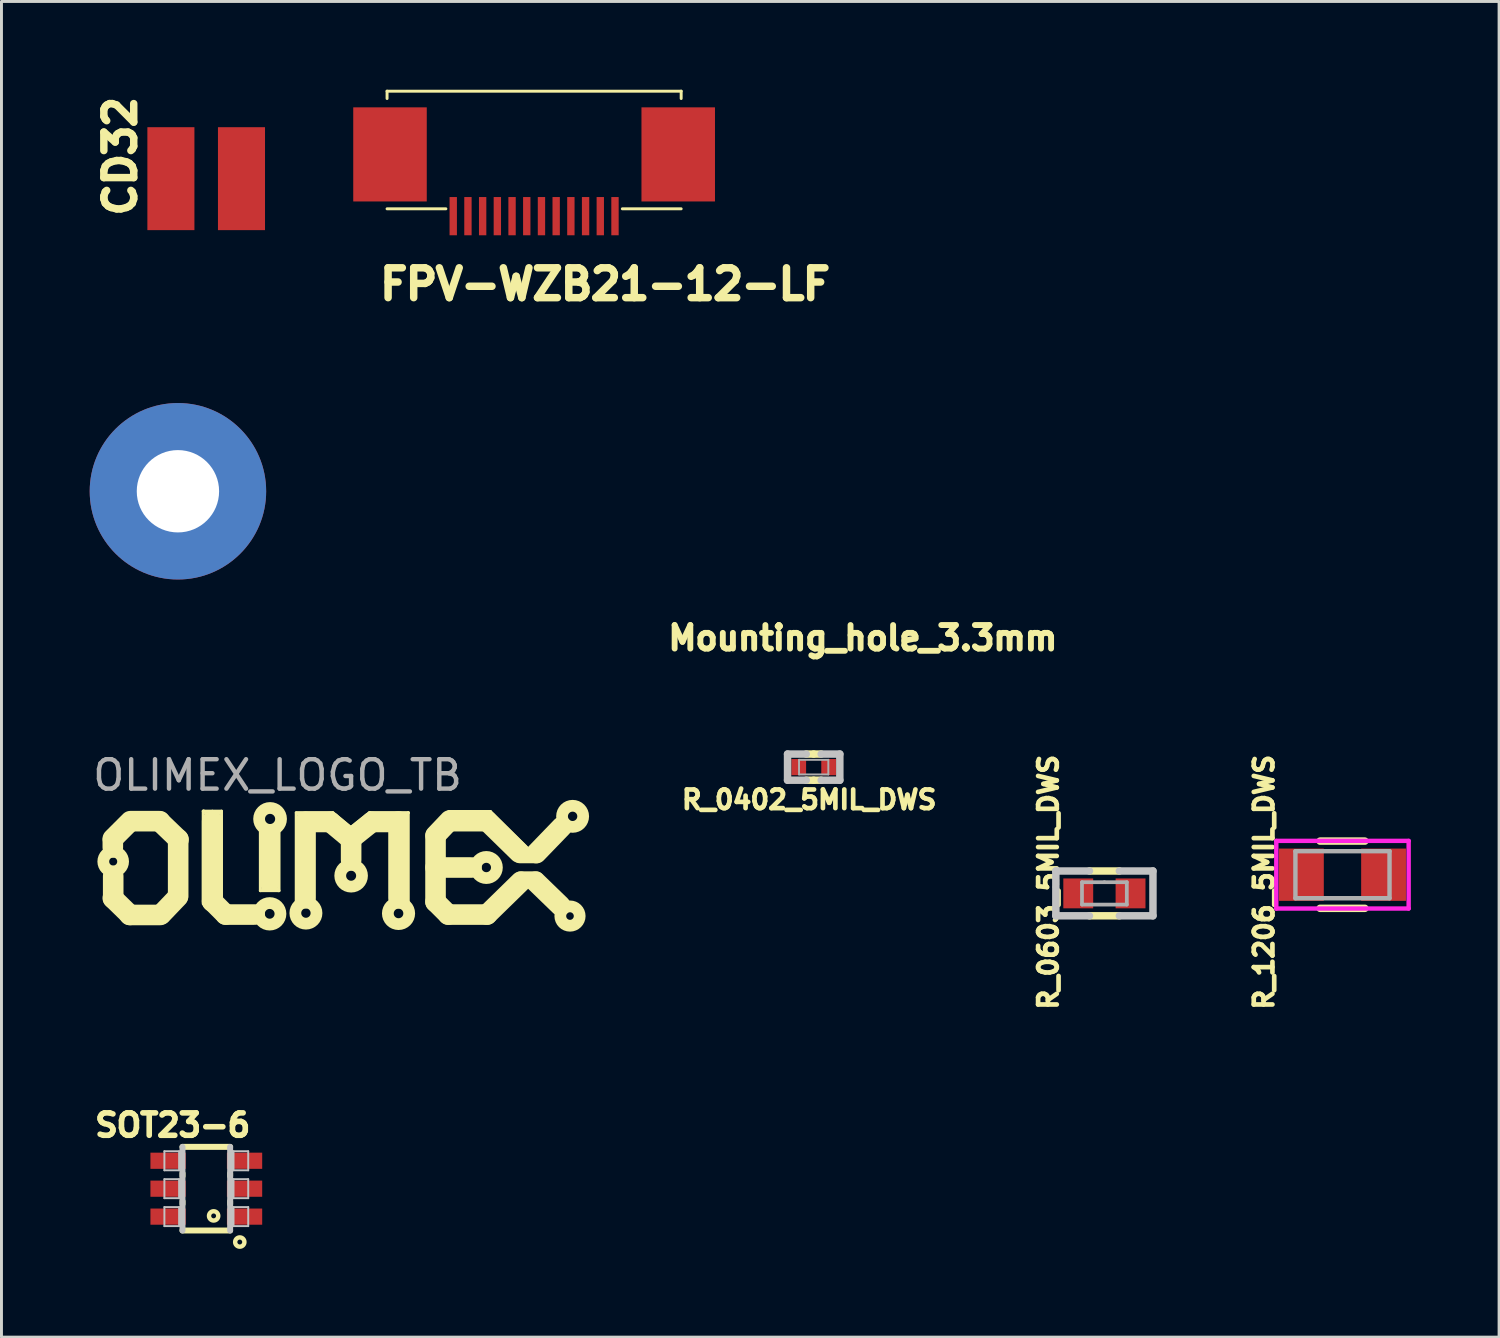
<source format=kicad_pcb>
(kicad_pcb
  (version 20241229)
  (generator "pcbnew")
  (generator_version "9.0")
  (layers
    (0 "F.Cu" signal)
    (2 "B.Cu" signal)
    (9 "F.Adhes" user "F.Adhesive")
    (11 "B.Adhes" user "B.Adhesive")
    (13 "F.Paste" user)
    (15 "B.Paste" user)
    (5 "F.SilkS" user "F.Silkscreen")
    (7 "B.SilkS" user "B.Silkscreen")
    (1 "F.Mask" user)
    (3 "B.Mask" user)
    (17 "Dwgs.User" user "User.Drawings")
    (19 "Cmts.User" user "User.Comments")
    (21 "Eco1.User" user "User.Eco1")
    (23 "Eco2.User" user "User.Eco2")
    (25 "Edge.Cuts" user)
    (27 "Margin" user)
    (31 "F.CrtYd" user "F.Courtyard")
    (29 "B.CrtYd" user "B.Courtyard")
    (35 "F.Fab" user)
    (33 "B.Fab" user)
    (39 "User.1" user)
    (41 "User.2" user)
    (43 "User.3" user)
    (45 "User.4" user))
  (footprint "FPV-WZB21-12-LF"
    (layer "F.Cu")
    (at 15.111 2.55)
    (property "Reference" "FPV-WZB21-12-LF" (at 2.413 4.064 0) (layer "F.SilkS") (effects (font (size 1.016 1.016) (thickness 0.254))))
    (attr smd)
    (fp_line (start -5 -2.5) (end -5 -2.25) (stroke (width 0.1) (type solid)) (layer "F.SilkS"))
    (fp_line (start -5 1.5) (end -3 1.5) (stroke (width 0.1) (type solid)) (layer "F.SilkS"))
    (fp_line (start 3 1.5) (end 5 1.5) (stroke (width 0.1) (type solid)) (layer "F.SilkS"))
    (fp_line (start 5 -2.5) (end -5 -2.5) (stroke (width 0.1) (type solid)) (layer "F.SilkS"))
    (fp_line (start 5 -2.25) (end 5 -2.5) (stroke (width 0.1) (type solid)) (layer "F.SilkS"))
    (pad "0" smd rect (at -4.9 -0.35 180) (size 2.5 3.2) (layers "F.Cu" "F.Mask" "F.Paste"))
    (pad "0" smd rect (at 4.9 -0.35 180) (size 2.5 3.2) (layers "F.Cu" "F.Mask" "F.Paste"))
    (pad "1" smd rect (at -2.75 1.75 180) (size 0.25 1.3) (layers "F.Cu" "F.Mask" "F.Paste"))
    (pad "2" smd rect (at -2.25 1.75 180) (size 0.25 1.3) (layers "F.Cu" "F.Mask" "F.Paste"))
    (pad "3" smd rect (at -1.75 1.75 180) (size 0.25 1.3) (layers "F.Cu" "F.Mask" "F.Paste"))
    (pad "4" smd rect (at -1.25 1.75 180) (size 0.25 1.3) (layers "F.Cu" "F.Mask" "F.Paste"))
    (pad "5" smd rect (at -0.75 1.75 180) (size 0.25 1.3) (layers "F.Cu" "F.Mask" "F.Paste"))
    (pad "6" smd rect (at -0.25 1.75 180) (size 0.25 1.3) (layers "F.Cu" "F.Mask" "F.Paste"))
    (pad "7" smd rect (at 0.25 1.75 180) (size 0.25 1.3) (layers "F.Cu" "F.Mask" "F.Paste"))
    (pad "8" smd rect (at 0.75 1.75 180) (size 0.25 1.3) (layers "F.Cu" "F.Mask" "F.Paste"))
    (pad "9" smd rect (at 1.25 1.75 180) (size 0.25 1.3) (layers "F.Cu" "F.Mask" "F.Paste"))
    (pad "10" smd rect (at 1.75 1.75 180) (size 0.25 1.3) (layers "F.Cu" "F.Mask" "F.Paste"))
    (pad "11" smd rect (at 2.25 1.75 180) (size 0.25 1.3) (layers "F.Cu" "F.Mask" "F.Paste"))
    (pad "12" smd rect (at 2.75 1.75 180) (size 0.25 1.3) (layers "F.Cu" "F.Mask" "F.Paste")))
  (footprint "Mounting_hole_3.3mm"
    (layer "F.Cu")
    (at 23.765 11.888)
    (property "Reference" "Mounting_hole_3.3mm" (at 2.524 6.755 0) (layer "F.SilkS") (effects (font (size 0.8 0.8) (thickness 0.2))))
    (attr through_hole)
    (pad "" thru_hole circle (at -20.765 1.766) (size 6 6) (drill 2.8) (layers "*.Cu" "*.Mask")))
  (footprint "R_0603_5MIL_DWS"
    (layer "F.Cu")
    (at 34.502 27.327)
    (property "Reference" "R_0603_5MIL_DWS" (at -1.905 -0.381 90) (layer "F.SilkS") (effects (font (size 0.635 0.635) (thickness 0.159))))
    (attr smd)
    (fp_line (start -0.508 -0.762) (end 0.508 -0.762) (stroke (width 0.254) (type solid)) (layer "F.SilkS"))
    (fp_line (start -0.508 0.762) (end 0.508 0.762) (stroke (width 0.254) (type solid)) (layer "F.SilkS"))
    (fp_line (start -1.651 -0.762) (end -1.651 0.762) (stroke (width 0.254) (type solid)) (layer "Dwgs.User"))
    (fp_line (start -1.651 0.762) (end -0.508 0.762) (stroke (width 0.254) (type solid)) (layer "Dwgs.User"))
    (fp_line (start -0.508 -0.762) (end -1.651 -0.762) (stroke (width 0.254) (type solid)) (layer "Dwgs.User"))
    (fp_line (start 0.508 -0.762) (end 1.651 -0.762) (stroke (width 0.254) (type solid)) (layer "Dwgs.User"))
    (fp_line (start 1.651 -0.762) (end 1.651 0.762) (stroke (width 0.254) (type solid)) (layer "Dwgs.User"))
    (fp_line (start 1.651 0.762) (end 0.508 0.762) (stroke (width 0.254) (type solid)) (layer "Dwgs.User"))
    (fp_line (start -0.762 -0.381) (end -0.762 0.381) (stroke (width 0.127) (type solid)) (layer "F.Fab"))
    (fp_line (start -0.762 0.381) (end 0.762 0.381) (stroke (width 0.127) (type solid)) (layer "F.Fab"))
    (fp_line (start 0 -0.381) (end -0.762 -0.381) (stroke (width 0.127) (type solid)) (layer "F.Fab"))
    (fp_line (start 0.762 -0.381) (end 0 -0.381) (stroke (width 0.127) (type solid)) (layer "F.Fab"))
    (fp_line (start 0.762 0.381) (end 0.762 -0.381) (stroke (width 0.127) (type solid)) (layer "F.Fab"))
    (pad "1" smd rect (at -0.889 0) (size 1.016 1.016) (layers "F.Cu" "F.Mask" "F.Paste"))
    (pad "2" smd rect (at 0.889 0) (size 1.016 1.016) (layers "F.Cu" "F.Mask" "F.Paste")))
  (footprint "SOT23-6"
    (layer "F.Cu")
    (at 3.965 37.368)
    (property "Reference" "SOT23-6" (at -1.143 -2.159 0) (layer "F.SilkS") (effects (font (size 0.762 0.762) (thickness 0.191))))
    (attr smd)
    (fp_line (start -0.81 -1.422) (end 0.81 -1.422) (stroke (width 0.203) (type solid)) (layer "F.SilkS"))
    (fp_line (start -0.808 -0.521) (end -0.808 -0.427) (stroke (width 0.203) (type solid)) (layer "F.SilkS"))
    (fp_line (start -0.808 0.427) (end -0.808 0.521) (stroke (width 0.203) (type solid)) (layer "F.SilkS"))
    (fp_line (start 0.81 -0.521) (end 0.81 -0.427) (stroke (width 0.203) (type solid)) (layer "F.SilkS"))
    (fp_line (start 0.81 0.427) (end 0.81 0.521) (stroke (width 0.203) (type solid)) (layer "F.SilkS"))
    (fp_line (start 0.81 1.422) (end -0.81 1.422) (stroke (width 0.203) (type solid)) (layer "F.SilkS"))
    (fp_circle (center 0.249 0.925) (end 0.361 1.036) (stroke (width 0.15) (type solid)) (fill no) (layer "F.SilkS"))
    (fp_circle (center 1.138 1.814) (end 1.25 1.925) (stroke (width 0.15) (type solid)) (fill no) (layer "F.SilkS"))
    (fp_line (start -1.425 -1.273) (end -0.925 -1.273) (stroke (width 0.066) (type solid)) (layer "Dwgs.User"))
    (fp_line (start -1.425 -0.625) (end -1.425 -1.273) (stroke (width 0.066) (type solid)) (layer "Dwgs.User"))
    (fp_line (start -1.425 -0.625) (end -0.925 -0.625) (stroke (width 0.066) (type solid)) (layer "Dwgs.User"))
    (fp_line (start -1.425 -0.323) (end -0.925 -0.323) (stroke (width 0.066) (type solid)) (layer "Dwgs.User"))
    (fp_line (start -1.425 0.323) (end -1.425 -0.323) (stroke (width 0.066) (type solid)) (layer "Dwgs.User"))
    (fp_line (start -1.425 0.323) (end -0.925 0.323) (stroke (width 0.066) (type solid)) (layer "Dwgs.User"))
    (fp_line (start -1.425 0.625) (end -0.925 0.625) (stroke (width 0.066) (type solid)) (layer "Dwgs.User"))
    (fp_line (start -1.425 1.273) (end -1.425 0.625) (stroke (width 0.066) (type solid)) (layer "Dwgs.User"))
    (fp_line (start -1.425 1.273) (end -0.925 1.273) (stroke (width 0.066) (type solid)) (layer "Dwgs.User"))
    (fp_line (start -0.925 -0.625) (end -0.925 -1.273) (stroke (width 0.066) (type solid)) (layer "Dwgs.User"))
    (fp_line (start -0.925 0.323) (end -0.925 -0.323) (stroke (width 0.066) (type solid)) (layer "Dwgs.User"))
    (fp_line (start -0.925 1.273) (end -0.925 0.625) (stroke (width 0.066) (type solid)) (layer "Dwgs.User"))
    (fp_line (start -0.81 1.422) (end -0.81 -1.422) (stroke (width 0.203) (type solid)) (layer "Dwgs.User"))
    (fp_line (start 0.81 -1.422) (end 0.81 1.422) (stroke (width 0.203) (type solid)) (layer "Dwgs.User"))
    (fp_line (start 0.925 -1.273) (end 1.425 -1.273) (stroke (width 0.066) (type solid)) (layer "Dwgs.User"))
    (fp_line (start 0.925 -0.625) (end 0.925 -1.273) (stroke (width 0.066) (type solid)) (layer "Dwgs.User"))
    (fp_line (start 0.925 -0.625) (end 1.425 -0.625) (stroke (width 0.066) (type solid)) (layer "Dwgs.User"))
    (fp_line (start 0.925 -0.323) (end 1.425 -0.323) (stroke (width 0.066) (type solid)) (layer "Dwgs.User"))
    (fp_line (start 0.925 0.323) (end 0.925 -0.323) (stroke (width 0.066) (type solid)) (layer "Dwgs.User"))
    (fp_line (start 0.925 0.323) (end 1.425 0.323) (stroke (width 0.066) (type solid)) (layer "Dwgs.User"))
    (fp_line (start 0.925 0.625) (end 1.425 0.625) (stroke (width 0.066) (type solid)) (layer "Dwgs.User"))
    (fp_line (start 0.925 1.273) (end 0.925 0.625) (stroke (width 0.066) (type solid)) (layer "Dwgs.User"))
    (fp_line (start 0.925 1.273) (end 1.425 1.273) (stroke (width 0.066) (type solid)) (layer "Dwgs.User"))
    (fp_line (start 1.425 -0.625) (end 1.425 -1.273) (stroke (width 0.066) (type solid)) (layer "Dwgs.User"))
    (fp_line (start 1.425 0.323) (end 1.425 -0.323) (stroke (width 0.066) (type solid)) (layer "Dwgs.User"))
    (fp_line (start 1.425 1.273) (end 1.425 0.625) (stroke (width 0.066) (type solid)) (layer "Dwgs.User"))
    (pad "1" smd rect (at 1.3 0.95 90) (size 0.55 1.2) (layers "F.Cu" "F.Mask" "F.Paste"))
    (pad "2" smd rect (at 1.3 0 90) (size 0.55 1.2) (layers "F.Cu" "F.Mask" "F.Paste"))
    (pad "3" smd rect (at 1.3 -0.95 90) (size 0.55 1.2) (layers "F.Cu" "F.Mask" "F.Paste"))
    (pad "4" smd rect (at -1.3 -0.95 90) (size 0.55 1.2) (layers "F.Cu" "F.Mask" "F.Paste"))
    (pad "5" smd rect (at -1.3 0 90) (size 0.55 1.2) (layers "F.Cu" "F.Mask" "F.Paste"))
    (pad "6" smd rect (at -1.3 0.95 90) (size 0.55 1.2) (layers "F.Cu" "F.Mask" "F.Paste")))
  (footprint "OLIMEX_LOGO_TB"
    (layer "F.Cu")
    (at 8.787 26.371)
    (property "Reference" "OLIMEX_LOGO_TB" (at -2.4 -3.061 0) (layer "F.Fab") (effects (font (size 1 1) (thickness 0.15))))
    (attr through_hole)
    (fp_line (start -8.001 -0.902) (end -7.493 -1.41) (stroke (width 0.7) (type solid)) (layer "F.SilkS"))
    (fp_line (start -8.001 -0.851) (end -8.001 -0.61) (stroke (width 0.7) (type solid)) (layer "F.SilkS"))
    (fp_line (start -8.001 1.118) (end -7.417 1.689) (stroke (width 0.7) (type solid)) (layer "F.SilkS"))
    (fp_line (start -7.988 1.13) (end -7.988 0.368) (stroke (width 0.7) (type solid)) (layer "F.SilkS"))
    (fp_line (start -7.429 1.689) (end -6.388 1.689) (stroke (width 0.7) (type solid)) (layer "F.SilkS"))
    (fp_line (start -6.401 -1.499) (end -7.404 -1.499) (stroke (width 0.7) (type solid)) (layer "F.SilkS"))
    (fp_line (start -6.401 -1.486) (end -5.766 -0.876) (stroke (width 0.7) (type solid)) (layer "F.SilkS"))
    (fp_line (start -5.791 1.079) (end -6.35 1.664) (stroke (width 0.7) (type solid)) (layer "F.SilkS"))
    (fp_line (start -5.779 -0.889) (end -5.779 1.041) (stroke (width 0.7) (type solid)) (layer "F.SilkS"))
    (fp_line (start -4.928 -1.841) (end -4.928 1.308) (stroke (width 0.1) (type solid)) (layer "F.SilkS"))
    (fp_line (start -4.915 -1.841) (end -4.928 -1.841) (stroke (width 0.1) (type solid)) (layer "F.SilkS"))
    (fp_line (start -4.902 -1.841) (end -4.915 -1.841) (stroke (width 0.1) (type solid)) (layer "F.SilkS"))
    (fp_line (start -4.788 -1.753) (end -4.851 -1.765) (stroke (width 0.1) (type solid)) (layer "F.SilkS"))
    (fp_line (start -4.623 -1.841) (end -4.902 -1.841) (stroke (width 0.1) (type solid)) (layer "F.SilkS"))
    (fp_line (start -4.623 1.232) (end -4.623 -1.499) (stroke (width 0.7) (type solid)) (layer "F.SilkS"))
    (fp_line (start -4.61 -1.841) (end -4.305 -1.841) (stroke (width 0.1) (type solid)) (layer "F.SilkS"))
    (fp_line (start -4.483 -1.765) (end -4.369 -1.765) (stroke (width 0.1) (type solid)) (layer "F.SilkS"))
    (fp_line (start -4.305 -1.841) (end -4.305 1.194) (stroke (width 0.1) (type solid)) (layer "F.SilkS"))
    (fp_line (start -4.166 1.676) (end -4.623 1.219) (stroke (width 0.7) (type solid)) (layer "F.SilkS"))
    (fp_line (start -3.18 1.676) (end -4.166 1.676) (stroke (width 0.7) (type solid)) (layer "F.SilkS"))
    (fp_line (start -2.985 -1.156) (end -2.985 0.864) (stroke (width 0.1) (type solid)) (layer "F.SilkS"))
    (fp_line (start -2.985 0.864) (end -2.375 0.864) (stroke (width 0.1) (type solid)) (layer "F.SilkS"))
    (fp_line (start -2.845 0.8) (end -2.908 0.8) (stroke (width 0.1) (type solid)) (layer "F.SilkS"))
    (fp_line (start -2.667 -1.041) (end -2.667 0.559) (stroke (width 0.7) (type solid)) (layer "F.SilkS"))
    (fp_line (start -2.502 0.8) (end -2.413 0.8) (stroke (width 0.1) (type solid)) (layer "F.SilkS"))
    (fp_line (start -2.375 0.864) (end -2.349 0.864) (stroke (width 0.1) (type solid)) (layer "F.SilkS"))
    (fp_line (start -2.349 0.864) (end -2.349 -1.156) (stroke (width 0.1) (type solid)) (layer "F.SilkS"))
    (fp_line (start -1.765 -1.791) (end -0.521 -1.791) (stroke (width 0.1) (type solid)) (layer "F.SilkS"))
    (fp_line (start -1.765 1.206) (end -1.765 -1.778) (stroke (width 0.1) (type solid)) (layer "F.SilkS"))
    (fp_line (start -1.613 -1.727) (end -1.689 -1.727) (stroke (width 0.1) (type solid)) (layer "F.SilkS"))
    (fp_line (start -1.448 -1.473) (end -0.61 -1.473) (stroke (width 0.7) (type solid)) (layer "F.SilkS"))
    (fp_line (start -1.448 1.118) (end -1.448 -1.473) (stroke (width 0.7) (type solid)) (layer "F.SilkS"))
    (fp_line (start -0.61 -1.473) (end 0 -0.965) (stroke (width 0.7) (type solid)) (layer "F.SilkS"))
    (fp_line (start -0.521 -1.791) (end 0.064 -1.308) (stroke (width 0.1) (type solid)) (layer "F.SilkS"))
    (fp_line (start 0.102 -0.178) (end 0.102 -0.889) (stroke (width 0.7) (type solid)) (layer "F.SilkS"))
    (fp_line (start 0.178 -0.965) (end 0.813 -1.473) (stroke (width 0.7) (type solid)) (layer "F.SilkS"))
    (fp_line (start 0.724 -1.791) (end 0.102 -1.295) (stroke (width 0.1) (type solid)) (layer "F.SilkS"))
    (fp_line (start 0.749 -1.791) (end 0.724 -1.791) (stroke (width 0.1) (type solid)) (layer "F.SilkS"))
    (fp_line (start 0.813 -1.473) (end 1.702 -1.473) (stroke (width 0.7) (type solid)) (layer "F.SilkS"))
    (fp_line (start 1.714 -1.486) (end 1.714 1.118) (stroke (width 0.7) (type solid)) (layer "F.SilkS"))
    (fp_line (start 1.892 -1.714) (end 1.994 -1.714) (stroke (width 0.1) (type solid)) (layer "F.SilkS"))
    (fp_line (start 2.045 -1.791) (end 0.749 -1.791) (stroke (width 0.1) (type solid)) (layer "F.SilkS"))
    (fp_line (start 2.045 -1.778) (end 2.045 -1.791) (stroke (width 0.1) (type solid)) (layer "F.SilkS"))
    (fp_line (start 2.045 1.232) (end 2.045 -1.778) (stroke (width 0.1) (type solid)) (layer "F.SilkS"))
    (fp_line (start 2.972 -1.016) (end 3.454 -1.524) (stroke (width 0.7) (type solid)) (layer "F.SilkS"))
    (fp_line (start 2.972 -0.991) (end 2.972 1.245) (stroke (width 0.7) (type solid)) (layer "F.SilkS"))
    (fp_line (start 2.972 1.245) (end 3.404 1.676) (stroke (width 0.7) (type solid)) (layer "F.SilkS"))
    (fp_line (start 3.404 1.676) (end 4.724 1.676) (stroke (width 0.7) (type solid)) (layer "F.SilkS"))
    (fp_line (start 3.416 -1.829) (end 4.788 -1.829) (stroke (width 0.1) (type solid)) (layer "F.SilkS"))
    (fp_line (start 3.502 -1.499) (end 4.724 -1.499) (stroke (width 0.7) (type solid)) (layer "F.SilkS"))
    (fp_line (start 4.191 0.076) (end 2.972 0.076) (stroke (width 0.7) (type solid)) (layer "F.SilkS"))
    (fp_line (start 4.724 -1.499) (end 5.817 -0.432) (stroke (width 0.7) (type solid)) (layer "F.SilkS"))
    (fp_line (start 4.724 1.676) (end 5.867 0.559) (stroke (width 0.7) (type solid)) (layer "F.SilkS"))
    (fp_line (start 4.788 -1.829) (end 4.839 -1.829) (stroke (width 0.1) (type solid)) (layer "F.SilkS"))
    (fp_line (start 4.839 -1.829) (end 6.096 -0.584) (stroke (width 0.1) (type solid)) (layer "F.SilkS"))
    (fp_line (start 5.842 -0.318) (end 6.401 -0.318) (stroke (width 0.5) (type solid)) (layer "F.SilkS"))
    (fp_line (start 5.867 0.457) (end 6.401 0.457) (stroke (width 0.5) (type solid)) (layer "F.SilkS"))
    (fp_line (start 7.214 1.372) (end 6.375 0.559) (stroke (width 0.7) (type solid)) (layer "F.SilkS"))
    (fp_line (start 7.264 -1.308) (end 6.401 -0.414) (stroke (width 0.7) (type solid)) (layer "F.SilkS"))
    (fp_circle (center -7.988 -0.127) (end -7.671 -0.241) (stroke (width 0.4) (type solid)) (fill no) (layer "F.SilkS"))
    (fp_circle (center -2.667 1.651) (end -2.464 1.346) (stroke (width 0.4) (type solid)) (fill no) (layer "F.SilkS"))
    (fp_circle (center -2.654 -1.575) (end -2.54 -1.93) (stroke (width 0.4) (type solid)) (fill no) (layer "F.SilkS"))
    (fp_circle (center -1.435 1.626) (end -1.194 1.359) (stroke (width 0.4) (type solid)) (fill no) (layer "F.SilkS"))
    (fp_circle (center 0.102 0.356) (end 0.33 0.064) (stroke (width 0.4) (type solid)) (fill no) (layer "F.SilkS"))
    (fp_circle (center 1.714 1.638) (end 1.93 1.346) (stroke (width 0.4) (type solid)) (fill no) (layer "F.SilkS"))
    (fp_circle (center 4.699 0.076) (end 4.966 -0.165) (stroke (width 0.4) (type solid)) (fill no) (layer "F.SilkS"))
    (fp_circle (center 7.544 1.727) (end 7.836 1.575) (stroke (width 0.4) (type solid)) (fill no) (layer "F.SilkS"))
    (fp_circle (center 7.633 -1.664) (end 7.938 -1.854) (stroke (width 0.4) (type solid)) (fill no) (layer "F.SilkS")))
  (footprint "CD32"
    (layer "F.Cu")
    (at 3.961 3.025)
    (property "Reference" "CD32" (at -2.921 -0.762 90) (layer "F.SilkS") (effects (font (size 1.016 1.016) (thickness 0.254))))
    (attr smd)
    (pad "1" smd rect (at 1.2 0 180) (size 1.6 3.5) (layers "F.Cu" "F.Mask" "F.Paste"))
    (pad "2" smd rect (at -1.2 0 180) (size 1.6 3.5) (layers "F.Cu" "F.Mask" "F.Paste")))
  (footprint "R_0402_5MIL_DWS"
    (layer "F.Cu")
    (at 24.617 23.034)
    (property "Reference" "R_0402_5MIL_DWS" (at -0.154 1.108 0) (layer "F.SilkS") (effects (font (size 0.635 0.635) (thickness 0.159))))
    (attr smd)
    (fp_line (start 0 -0.445) (end -0.254 -0.445) (stroke (width 0.254) (type solid)) (layer "F.SilkS"))
    (fp_line (start 0 -0.445) (end 0.254 -0.445) (stroke (width 0.254) (type solid)) (layer "F.SilkS"))
    (fp_line (start 0 0.445) (end -0.254 0.445) (stroke (width 0.254) (type solid)) (layer "F.SilkS"))
    (fp_line (start 0 0.445) (end 0.254 0.445) (stroke (width 0.254) (type solid)) (layer "F.SilkS"))
    (fp_line (start -0.889 -0.445) (end -0.889 0.445) (stroke (width 0.254) (type solid)) (layer "Dwgs.User"))
    (fp_line (start -0.889 0.445) (end -0.254 0.445) (stroke (width 0.254) (type solid)) (layer "Dwgs.User"))
    (fp_line (start -0.254 -0.445) (end -0.889 -0.445) (stroke (width 0.254) (type solid)) (layer "Dwgs.User"))
    (fp_line (start 0.254 -0.445) (end 0.889 -0.445) (stroke (width 0.254) (type solid)) (layer "Dwgs.User"))
    (fp_line (start 0.889 -0.445) (end 0.889 0.445) (stroke (width 0.254) (type solid)) (layer "Dwgs.User"))
    (fp_line (start 0.889 0.445) (end 0.254 0.445) (stroke (width 0.254) (type solid)) (layer "Dwgs.User"))
    (fp_line (start -0.498 -0.249) (end 0.498 -0.249) (stroke (width 0.066) (type solid)) (layer "F.Fab"))
    (fp_line (start -0.498 0.249) (end -0.498 -0.249) (stroke (width 0.066) (type solid)) (layer "F.Fab"))
    (fp_line (start -0.498 0.249) (end 0.498 0.249) (stroke (width 0.066) (type solid)) (layer "F.Fab"))
    (fp_line (start 0.498 0.249) (end 0.498 -0.249) (stroke (width 0.066) (type solid)) (layer "F.Fab"))
    (pad "1" smd rect (at -0.508 0 180) (size 0.5 0.55) (layers "F.Cu" "F.Mask" "F.Paste"))
    (pad "2" smd rect (at 0.508 0) (size 0.5 0.55) (layers "F.Cu" "F.Mask" "F.Paste")))
  (footprint "R_1206_5MIL_DWS"
    (layer "F.Cu")
    (at 42.597 26.692)
    (property "Reference" "R_1206_5MIL_DWS" (at -2.667 0.254 90) (layer "F.SilkS") (effects (font (size 0.635 0.635) (thickness 0.159))))
    (attr smd)
    (fp_line (start 0.762 -1.143) (end -0.762 -1.143) (stroke (width 0.254) (type solid)) (layer "F.SilkS"))
    (fp_line (start 0.762 1.143) (end -0.762 1.143) (stroke (width 0.254) (type solid)) (layer "F.SilkS"))
    (fp_line (start -2.25 -1.15) (end 2.25 -1.15) (stroke (width 0.15) (type solid)) (layer "F.CrtYd"))
    (fp_line (start -2.25 1.15) (end -2.25 -1.15) (stroke (width 0.15) (type solid)) (layer "F.CrtYd"))
    (fp_line (start 2.25 -1.15) (end 2.25 1.15) (stroke (width 0.15) (type solid)) (layer "F.CrtYd"))
    (fp_line (start 2.25 1.15) (end -2.25 1.15) (stroke (width 0.15) (type solid)) (layer "F.CrtYd"))
    (fp_line (start -1.6 -0.8) (end 1.6 -0.8) (stroke (width 0.15) (type solid)) (layer "F.Fab"))
    (fp_line (start -1.6 0.8) (end -1.6 -0.8) (stroke (width 0.15) (type solid)) (layer "F.Fab"))
    (fp_line (start 1.6 -0.8) (end 1.6 0.8) (stroke (width 0.15) (type solid)) (layer "F.Fab"))
    (fp_line (start 1.6 0.8) (end -1.6 0.8) (stroke (width 0.15) (type solid)) (layer "F.Fab"))
    (pad "1" smd rect (at -1.397 0) (size 1.524 1.778) (layers "F.Cu" "F.Mask" "F.Paste"))
    (pad "2" smd rect (at 1.397 0) (size 1.524 1.778) (layers "F.Cu" "F.Mask" "F.Paste")))
  (gr_rect
    (start -3 -3)
    (end 47.922 42.415)
    (stroke (width 0.1) (type default))
    (fill no)
    (layer "Edge.Cuts")))
</source>
